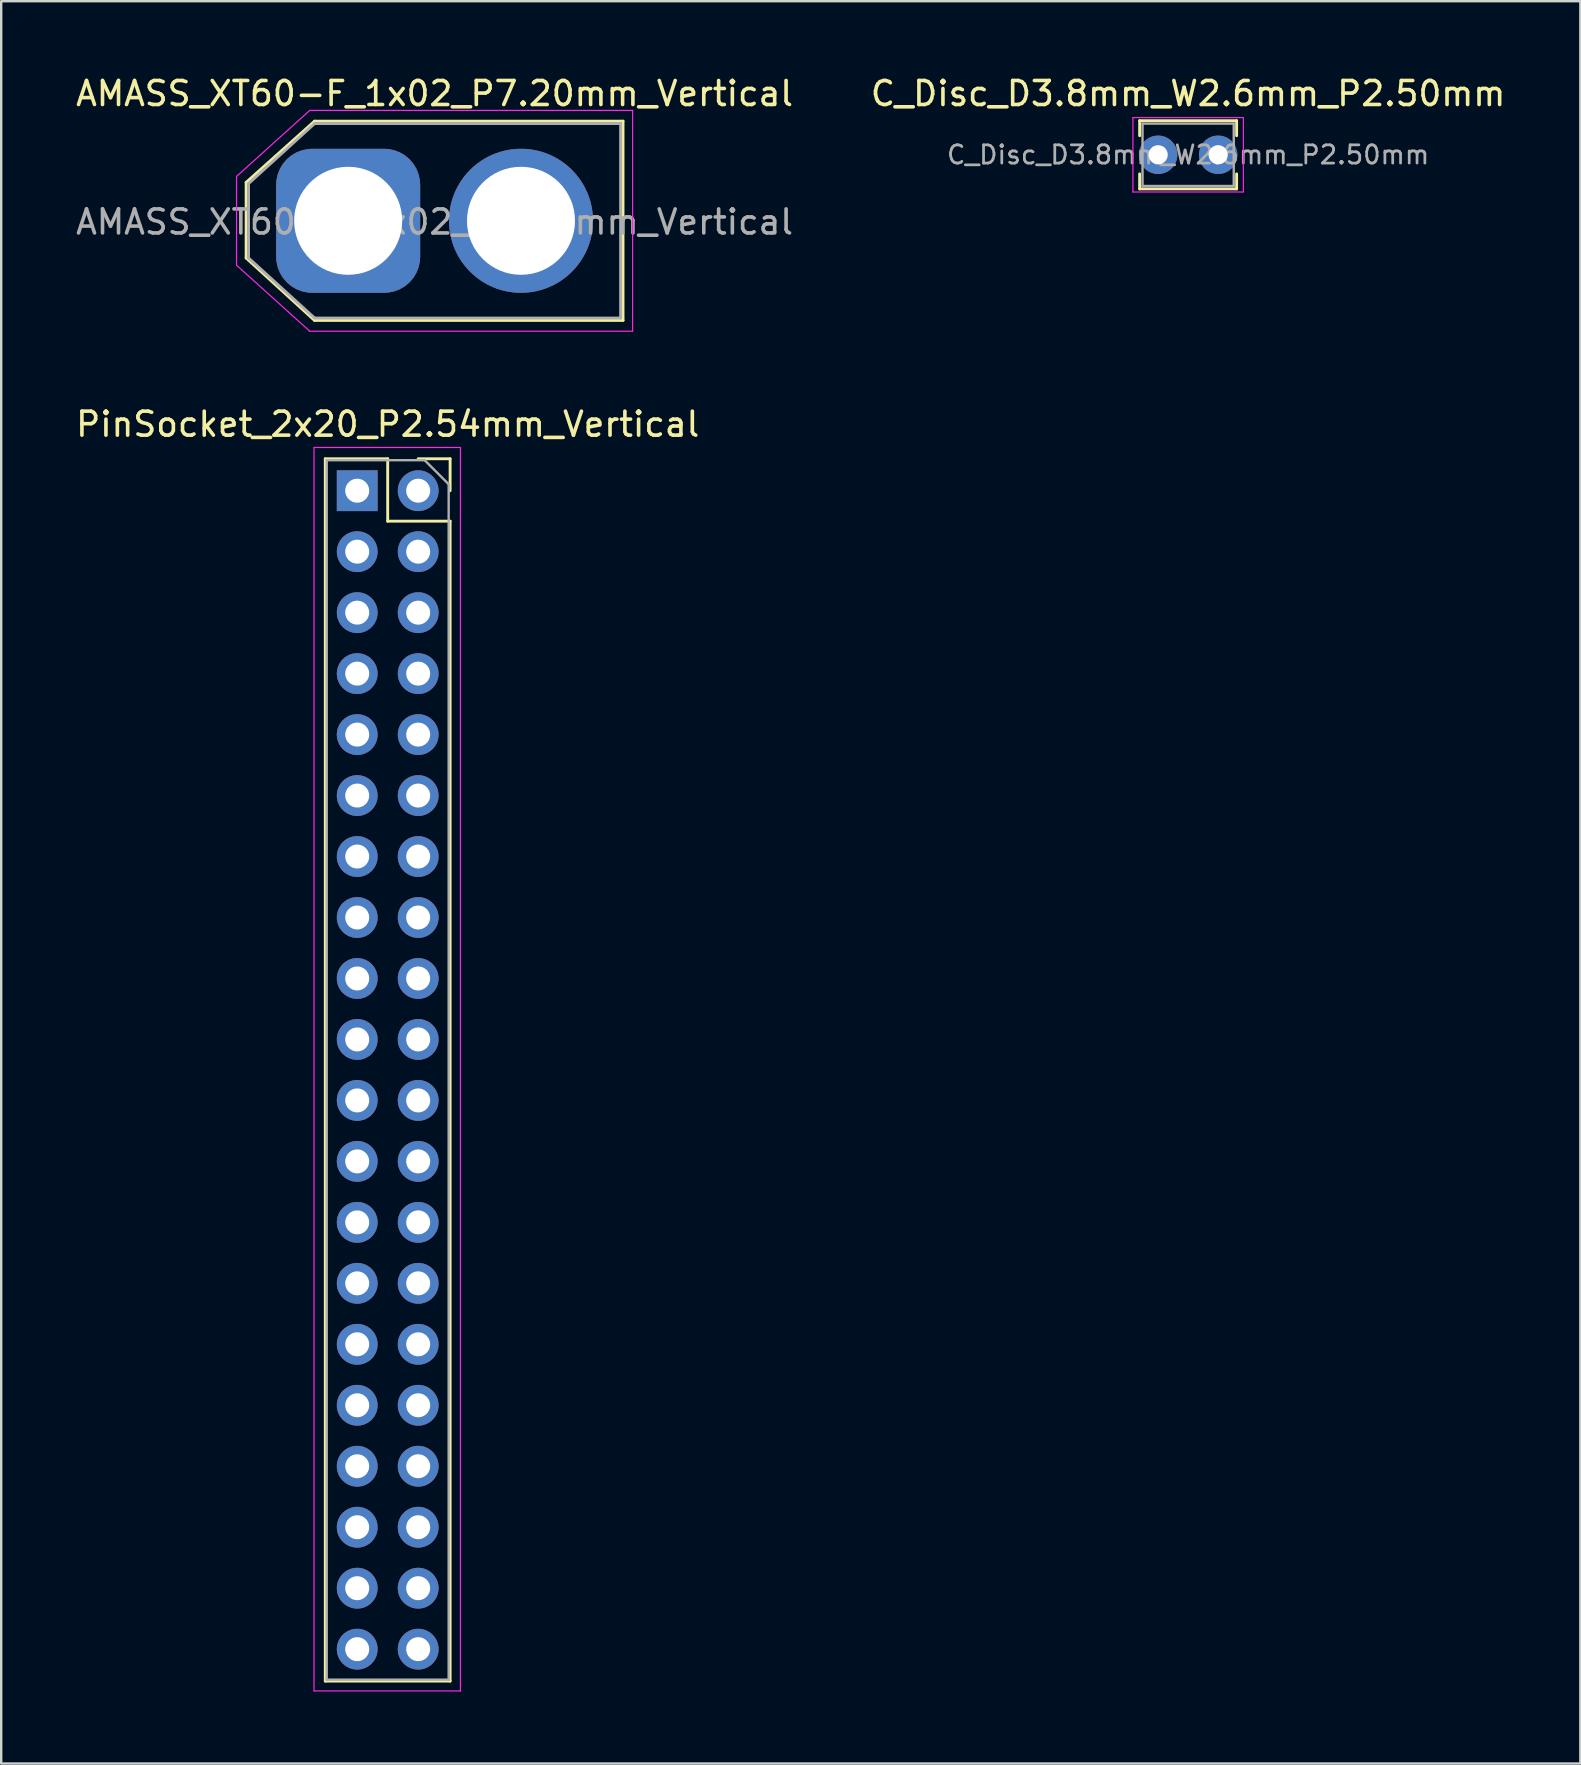
<source format=kicad_pcb>
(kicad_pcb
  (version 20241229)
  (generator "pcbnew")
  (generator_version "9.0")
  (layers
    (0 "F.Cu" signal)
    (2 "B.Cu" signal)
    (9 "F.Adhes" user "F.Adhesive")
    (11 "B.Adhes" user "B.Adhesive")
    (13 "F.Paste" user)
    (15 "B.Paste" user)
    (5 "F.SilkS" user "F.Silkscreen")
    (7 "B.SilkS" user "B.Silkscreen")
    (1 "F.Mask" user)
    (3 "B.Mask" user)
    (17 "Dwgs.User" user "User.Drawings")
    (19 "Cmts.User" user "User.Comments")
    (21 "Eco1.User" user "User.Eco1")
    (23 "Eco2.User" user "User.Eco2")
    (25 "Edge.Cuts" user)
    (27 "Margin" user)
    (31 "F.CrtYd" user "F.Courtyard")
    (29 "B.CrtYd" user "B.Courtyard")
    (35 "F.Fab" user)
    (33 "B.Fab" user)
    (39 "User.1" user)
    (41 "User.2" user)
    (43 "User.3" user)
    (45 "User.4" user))
  (footprint "PinSocket_2x20_P2.54mm_Vertical"
    (layer "F.Cu")
    (at 14.371 17.392)
    (property "Reference" "PinSocket_2x20_P2.54mm_Vertical" (at -1.27 -2.77 0) (layer "F.SilkS") (effects (font (size 1 1) (thickness 0.15))))
    (attr through_hole)
    (fp_line (start -3.87 -1.33) (end -3.87 49.59) (stroke (width 0.12) (type solid)) (layer "F.SilkS"))
    (fp_line (start -3.87 -1.33) (end -1.27 -1.33) (stroke (width 0.12) (type solid)) (layer "F.SilkS"))
    (fp_line (start -3.87 49.59) (end 1.33 49.59) (stroke (width 0.12) (type solid)) (layer "F.SilkS"))
    (fp_line (start -1.27 -1.33) (end -1.27 1.27) (stroke (width 0.12) (type solid)) (layer "F.SilkS"))
    (fp_line (start -1.27 1.27) (end 1.33 1.27) (stroke (width 0.12) (type solid)) (layer "F.SilkS"))
    (fp_line (start 0 -1.33) (end 1.33 -1.33) (stroke (width 0.12) (type solid)) (layer "F.SilkS"))
    (fp_line (start 1.33 -1.33) (end 1.33 0) (stroke (width 0.12) (type solid)) (layer "F.SilkS"))
    (fp_line (start 1.33 1.27) (end 1.33 49.59) (stroke (width 0.12) (type solid)) (layer "F.SilkS"))
    (fp_line (start -4.34 -1.8) (end 1.76 -1.8) (stroke (width 0.05) (type solid)) (layer "F.CrtYd"))
    (fp_line (start -4.34 50) (end -4.34 -1.8) (stroke (width 0.05) (type solid)) (layer "F.CrtYd"))
    (fp_line (start 1.76 -1.8) (end 1.76 50) (stroke (width 0.05) (type solid)) (layer "F.CrtYd"))
    (fp_line (start 1.76 50) (end -4.34 50) (stroke (width 0.05) (type solid)) (layer "F.CrtYd"))
    (fp_line (start -3.81 -1.27) (end 0.27 -1.27) (stroke (width 0.1) (type solid)) (layer "F.Fab"))
    (fp_line (start -3.81 49.53) (end -3.81 -1.27) (stroke (width 0.1) (type solid)) (layer "F.Fab"))
    (fp_line (start 0.27 -1.27) (end 1.27 -0.27) (stroke (width 0.1) (type solid)) (layer "F.Fab"))
    (fp_line (start 1.27 -0.27) (end 1.27 49.53) (stroke (width 0.1) (type solid)) (layer "F.Fab"))
    (fp_line (start 1.27 49.53) (end -3.81 49.53) (stroke (width 0.1) (type solid)) (layer "F.Fab"))
    (pad "1" thru_hole rect (at -2.54 0) (size 1.7 1.7) (drill 1) (layers "*.Cu" "*.Mask"))
    (pad "2" thru_hole circle (at 0 0) (size 1.7 1.7) (drill 1) (layers "*.Cu" "*.Mask"))
    (pad "3" thru_hole circle (at -2.54 2.54) (size 1.7 1.7) (drill 1) (layers "*.Cu" "*.Mask"))
    (pad "4" thru_hole circle (at 0 2.54) (size 1.7 1.7) (drill 1) (layers "*.Cu" "*.Mask"))
    (pad "5" thru_hole circle (at -2.54 5.08) (size 1.7 1.7) (drill 1) (layers "*.Cu" "*.Mask"))
    (pad "6" thru_hole circle (at 0 5.08) (size 1.7 1.7) (drill 1) (layers "*.Cu" "*.Mask"))
    (pad "7" thru_hole circle (at -2.54 7.62) (size 1.7 1.7) (drill 1) (layers "*.Cu" "*.Mask"))
    (pad "8" thru_hole circle (at 0 7.62) (size 1.7 1.7) (drill 1) (layers "*.Cu" "*.Mask"))
    (pad "9" thru_hole circle (at -2.54 10.16) (size 1.7 1.7) (drill 1) (layers "*.Cu" "*.Mask"))
    (pad "10" thru_hole circle (at 0 10.16) (size 1.7 1.7) (drill 1) (layers "*.Cu" "*.Mask"))
    (pad "11" thru_hole circle (at -2.54 12.7) (size 1.7 1.7) (drill 1) (layers "*.Cu" "*.Mask"))
    (pad "12" thru_hole circle (at 0 12.7) (size 1.7 1.7) (drill 1) (layers "*.Cu" "*.Mask"))
    (pad "13" thru_hole circle (at -2.54 15.24) (size 1.7 1.7) (drill 1) (layers "*.Cu" "*.Mask"))
    (pad "14" thru_hole circle (at 0 15.24) (size 1.7 1.7) (drill 1) (layers "*.Cu" "*.Mask"))
    (pad "15" thru_hole circle (at -2.54 17.78) (size 1.7 1.7) (drill 1) (layers "*.Cu" "*.Mask"))
    (pad "16" thru_hole circle (at 0 17.78) (size 1.7 1.7) (drill 1) (layers "*.Cu" "*.Mask"))
    (pad "17" thru_hole circle (at -2.54 20.32) (size 1.7 1.7) (drill 1) (layers "*.Cu" "*.Mask"))
    (pad "18" thru_hole circle (at 0 20.32) (size 1.7 1.7) (drill 1) (layers "*.Cu" "*.Mask"))
    (pad "19" thru_hole circle (at -2.54 22.86) (size 1.7 1.7) (drill 1) (layers "*.Cu" "*.Mask"))
    (pad "20" thru_hole circle (at 0 22.86) (size 1.7 1.7) (drill 1) (layers "*.Cu" "*.Mask"))
    (pad "21" thru_hole circle (at -2.54 25.4) (size 1.7 1.7) (drill 1) (layers "*.Cu" "*.Mask"))
    (pad "22" thru_hole circle (at 0 25.4) (size 1.7 1.7) (drill 1) (layers "*.Cu" "*.Mask"))
    (pad "23" thru_hole circle (at -2.54 27.94) (size 1.7 1.7) (drill 1) (layers "*.Cu" "*.Mask"))
    (pad "24" thru_hole circle (at 0 27.94) (size 1.7 1.7) (drill 1) (layers "*.Cu" "*.Mask"))
    (pad "25" thru_hole circle (at -2.54 30.48) (size 1.7 1.7) (drill 1) (layers "*.Cu" "*.Mask"))
    (pad "26" thru_hole circle (at 0 30.48) (size 1.7 1.7) (drill 1) (layers "*.Cu" "*.Mask"))
    (pad "27" thru_hole circle (at -2.54 33.02) (size 1.7 1.7) (drill 1) (layers "*.Cu" "*.Mask"))
    (pad "28" thru_hole circle (at 0 33.02) (size 1.7 1.7) (drill 1) (layers "*.Cu" "*.Mask"))
    (pad "29" thru_hole circle (at -2.54 35.56) (size 1.7 1.7) (drill 1) (layers "*.Cu" "*.Mask"))
    (pad "30" thru_hole circle (at 0 35.56) (size 1.7 1.7) (drill 1) (layers "*.Cu" "*.Mask"))
    (pad "31" thru_hole circle (at -2.54 38.1) (size 1.7 1.7) (drill 1) (layers "*.Cu" "*.Mask"))
    (pad "32" thru_hole circle (at 0 38.1) (size 1.7 1.7) (drill 1) (layers "*.Cu" "*.Mask"))
    (pad "33" thru_hole circle (at -2.54 40.64) (size 1.7 1.7) (drill 1) (layers "*.Cu" "*.Mask"))
    (pad "34" thru_hole circle (at 0 40.64) (size 1.7 1.7) (drill 1) (layers "*.Cu" "*.Mask"))
    (pad "35" thru_hole circle (at -2.54 43.18) (size 1.7 1.7) (drill 1) (layers "*.Cu" "*.Mask"))
    (pad "36" thru_hole circle (at 0 43.18) (size 1.7 1.7) (drill 1) (layers "*.Cu" "*.Mask"))
    (pad "37" thru_hole circle (at -2.54 45.72) (size 1.7 1.7) (drill 1) (layers "*.Cu" "*.Mask"))
    (pad "38" thru_hole circle (at 0 45.72) (size 1.7 1.7) (drill 1) (layers "*.Cu" "*.Mask"))
    (pad "39" thru_hole circle (at -2.54 48.26) (size 1.7 1.7) (drill 1) (layers "*.Cu" "*.Mask"))
    (pad "40" thru_hole circle (at 0 48.26) (size 1.7 1.7) (drill 1) (layers "*.Cu" "*.Mask")))
  (footprint "C_Disc_D3.8mm_W2.6mm_P2.50mm"
    (layer "F.Cu")
    (at 45.196 3.398)
    (property "Reference" "C_Disc_D3.8mm_W2.6mm_P2.50mm" (at 1.25 -2.55 0) (layer "F.SilkS") (effects (font (size 1 1) (thickness 0.15))))
    (attr through_hole)
    (fp_line (start -0.77 -1.42) (end -0.77 -0.795) (stroke (width 0.12) (type solid)) (layer "F.SilkS"))
    (fp_line (start -0.77 -1.42) (end 3.27 -1.42) (stroke (width 0.12) (type solid)) (layer "F.SilkS"))
    (fp_line (start -0.77 0.795) (end -0.77 1.42) (stroke (width 0.12) (type solid)) (layer "F.SilkS"))
    (fp_line (start -0.77 1.42) (end 3.27 1.42) (stroke (width 0.12) (type solid)) (layer "F.SilkS"))
    (fp_line (start 3.27 -1.42) (end 3.27 -0.795) (stroke (width 0.12) (type solid)) (layer "F.SilkS"))
    (fp_line (start 3.27 0.795) (end 3.27 1.42) (stroke (width 0.12) (type solid)) (layer "F.SilkS"))
    (fp_line (start -1.05 -1.55) (end -1.05 1.55) (stroke (width 0.05) (type solid)) (layer "F.CrtYd"))
    (fp_line (start -1.05 1.55) (end 3.55 1.55) (stroke (width 0.05) (type solid)) (layer "F.CrtYd"))
    (fp_line (start 3.55 -1.55) (end -1.05 -1.55) (stroke (width 0.05) (type solid)) (layer "F.CrtYd"))
    (fp_line (start 3.55 1.55) (end 3.55 -1.55) (stroke (width 0.05) (type solid)) (layer "F.CrtYd"))
    (fp_line (start -0.65 -1.3) (end -0.65 1.3) (stroke (width 0.1) (type solid)) (layer "F.Fab"))
    (fp_line (start -0.65 1.3) (end 3.15 1.3) (stroke (width 0.1) (type solid)) (layer "F.Fab"))
    (fp_line (start 3.15 -1.3) (end -0.65 -1.3) (stroke (width 0.1) (type solid)) (layer "F.Fab"))
    (fp_line (start 3.15 1.3) (end 3.15 -1.3) (stroke (width 0.1) (type solid)) (layer "F.Fab"))
    (fp_text user "${REFERENCE}" (at 1.25 0 0) (layer "F.Fab") (effects (font (size 0.76 0.76) (thickness 0.114))))
    (pad "1" thru_hole circle (at 0 0) (size 1.6 1.6) (drill 0.8) (layers "*.Cu" "*.Mask"))
    (pad "2" thru_hole circle (at 2.5 0) (size 1.6 1.6) (drill 0.8) (layers "*.Cu" "*.Mask")))
  (footprint "AMASS_XT60-F_1x02_P7.20mm_Vertical"
    (layer "F.Cu")
    (at 11.454 6.148)
    (property "Reference" "AMASS_XT60-F_1x02_P7.20mm_Vertical" (at 3.6 -5.3 180) (layer "F.SilkS") (effects (font (size 1 1) (thickness 0.15))))
    (attr through_hole)
    (fp_line (start -4.25 -1.6) (end -4.25 1.55) (stroke (width 0.12) (type solid)) (layer "F.SilkS"))
    (fp_line (start -4.25 1.55) (end -1.4 4.15) (stroke (width 0.12) (type solid)) (layer "F.SilkS"))
    (fp_line (start -1.4 -4.15) (end -4.25 -1.6) (stroke (width 0.12) (type solid)) (layer "F.SilkS"))
    (fp_line (start -1.4 4.15) (end 11.45 4.15) (stroke (width 0.12) (type solid)) (layer "F.SilkS"))
    (fp_line (start 11.45 -4.15) (end -1.4 -4.15) (stroke (width 0.12) (type solid)) (layer "F.SilkS"))
    (fp_line (start 11.45 4.15) (end 11.45 -4.15) (stroke (width 0.12) (type solid)) (layer "F.SilkS"))
    (fp_line (start -4.65 -1.85) (end -1.6 -4.6) (stroke (width 0.05) (type solid)) (layer "F.CrtYd"))
    (fp_line (start -4.65 1.85) (end -4.65 -1.85) (stroke (width 0.05) (type solid)) (layer "F.CrtYd"))
    (fp_line (start -1.6 -4.6) (end 11.85 -4.6) (stroke (width 0.05) (type solid)) (layer "F.CrtYd"))
    (fp_line (start -1.6 4.6) (end -4.65 1.85) (stroke (width 0.05) (type solid)) (layer "F.CrtYd"))
    (fp_line (start 11.85 -4.6) (end 11.85 4.6) (stroke (width 0.05) (type solid)) (layer "F.CrtYd"))
    (fp_line (start 11.85 4.6) (end -1.6 4.6) (stroke (width 0.05) (type solid)) (layer "F.CrtYd"))
    (fp_line (start -4.15 -1.55) (end -4.15 1.55) (stroke (width 0.12) (type solid)) (layer "F.Fab"))
    (fp_line (start -4.15 1.55) (end -1.4 4.05) (stroke (width 0.12) (type solid)) (layer "F.Fab"))
    (fp_line (start -1.4 -4.05) (end -4.15 -1.55) (stroke (width 0.12) (type solid)) (layer "F.Fab"))
    (fp_line (start -1.4 4.05) (end 11.35 4.05) (stroke (width 0.12) (type solid)) (layer "F.Fab"))
    (fp_line (start 11.35 -4.05) (end -1.4 -4.05) (stroke (width 0.12) (type solid)) (layer "F.Fab"))
    (fp_line (start 11.35 4.05) (end 11.35 -4.05) (stroke (width 0.12) (type solid)) (layer "F.Fab"))
    (fp_text user "${REFERENCE}" (at 3.6 0.05 0) (layer "F.Fab") (effects (font (size 1 1) (thickness 0.15))))
    (pad "1" thru_hole roundrect (at 0 0) (size 6 6) (drill 4.5) (layers "*.Cu" "*.Mask") (roundrect_rratio 0.25))
    (pad "2" thru_hole circle (at 7.2 0) (size 6 6) (drill 4.5) (layers "*.Cu" "*.Mask")))
  (gr_rect
    (start -3 -3)
    (end 62.786 70.416)
    (stroke (width 0.1) (type default))
    (fill no)
    (layer "Edge.Cuts")))
</source>
